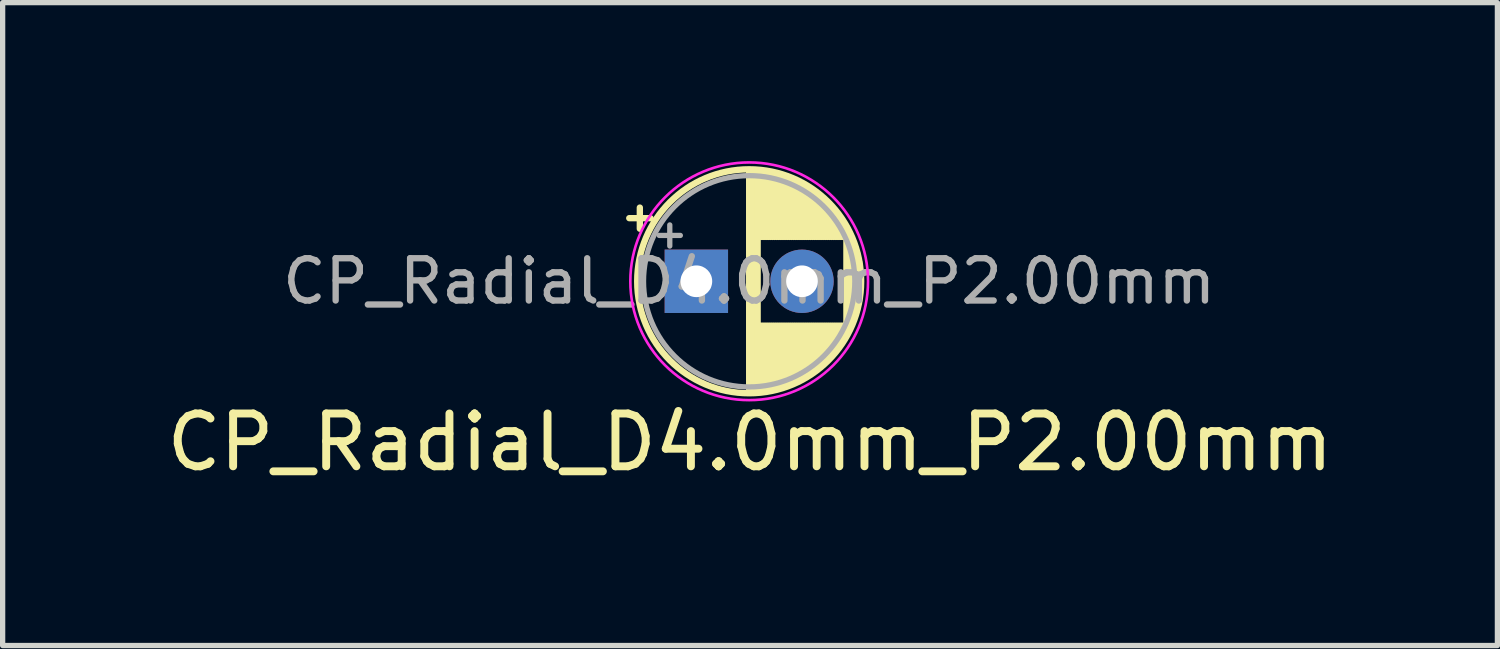
<source format=kicad_pcb>
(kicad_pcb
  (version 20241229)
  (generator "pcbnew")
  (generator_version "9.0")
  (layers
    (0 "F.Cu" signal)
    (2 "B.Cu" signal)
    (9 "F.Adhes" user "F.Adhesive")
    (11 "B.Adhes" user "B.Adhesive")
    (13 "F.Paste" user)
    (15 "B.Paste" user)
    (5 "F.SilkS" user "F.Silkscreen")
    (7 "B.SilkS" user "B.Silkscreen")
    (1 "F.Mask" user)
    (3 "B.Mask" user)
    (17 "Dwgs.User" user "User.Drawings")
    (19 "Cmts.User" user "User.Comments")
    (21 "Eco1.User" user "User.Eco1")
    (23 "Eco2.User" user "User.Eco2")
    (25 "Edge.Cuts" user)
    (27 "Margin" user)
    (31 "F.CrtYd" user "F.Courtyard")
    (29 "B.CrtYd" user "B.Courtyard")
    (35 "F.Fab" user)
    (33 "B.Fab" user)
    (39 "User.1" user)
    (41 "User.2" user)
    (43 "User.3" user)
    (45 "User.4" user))
  (footprint "CP_Radial_D4.0mm_P2.00mm"
    (layer "F.Cu")
    (at 10.133 2.275)
    (property "Reference" "CP_Radial_D4.0mm_P2.00mm" (at 1.016 3.048 180) (layer "F.SilkS") (effects (font (size 1 1) (thickness 0.15))))
    (attr through_hole)
    (fp_line (start -1.27 -1.195) (end -0.87 -1.195) (stroke (width 0.12) (type solid)) (layer "F.SilkS"))
    (fp_line (start -1.07 -1.395) (end -1.07 -0.995) (stroke (width 0.12) (type solid)) (layer "F.SilkS"))
    (fp_line (start 1 -2.08) (end 1 2.08) (stroke (width 0.12) (type solid)) (layer "F.SilkS"))
    (fp_line (start 1.04 -2.08) (end 1.04 2.08) (stroke (width 0.12) (type solid)) (layer "F.SilkS"))
    (fp_line (start 1.08 -2.079) (end 1.08 2.079) (stroke (width 0.12) (type solid)) (layer "F.SilkS"))
    (fp_line (start 1.12 -2.077) (end 1.12 2.077) (stroke (width 0.12) (type solid)) (layer "F.SilkS"))
    (fp_line (start 1.16 -2.074) (end 1.16 2.074) (stroke (width 0.12) (type solid)) (layer "F.SilkS"))
    (fp_line (start 1.2 -2.071) (end 1.2 -0.84) (stroke (width 0.12) (type solid)) (layer "F.SilkS"))
    (fp_line (start 1.2 0.84) (end 1.2 2.071) (stroke (width 0.12) (type solid)) (layer "F.SilkS"))
    (fp_line (start 1.24 -2.067) (end 1.24 -0.84) (stroke (width 0.12) (type solid)) (layer "F.SilkS"))
    (fp_line (start 1.24 0.84) (end 1.24 2.067) (stroke (width 0.12) (type solid)) (layer "F.SilkS"))
    (fp_line (start 1.28 -2.062) (end 1.28 -0.84) (stroke (width 0.12) (type solid)) (layer "F.SilkS"))
    (fp_line (start 1.28 0.84) (end 1.28 2.062) (stroke (width 0.12) (type solid)) (layer "F.SilkS"))
    (fp_line (start 1.32 -2.056) (end 1.32 -0.84) (stroke (width 0.12) (type solid)) (layer "F.SilkS"))
    (fp_line (start 1.32 0.84) (end 1.32 2.056) (stroke (width 0.12) (type solid)) (layer "F.SilkS"))
    (fp_line (start 1.36 -2.05) (end 1.36 -0.84) (stroke (width 0.12) (type solid)) (layer "F.SilkS"))
    (fp_line (start 1.36 0.84) (end 1.36 2.05) (stroke (width 0.12) (type solid)) (layer "F.SilkS"))
    (fp_line (start 1.4 -2.042) (end 1.4 -0.84) (stroke (width 0.12) (type solid)) (layer "F.SilkS"))
    (fp_line (start 1.4 0.84) (end 1.4 2.042) (stroke (width 0.12) (type solid)) (layer "F.SilkS"))
    (fp_line (start 1.44 -2.034) (end 1.44 -0.84) (stroke (width 0.12) (type solid)) (layer "F.SilkS"))
    (fp_line (start 1.44 0.84) (end 1.44 2.034) (stroke (width 0.12) (type solid)) (layer "F.SilkS"))
    (fp_line (start 1.48 -2.025) (end 1.48 -0.84) (stroke (width 0.12) (type solid)) (layer "F.SilkS"))
    (fp_line (start 1.48 0.84) (end 1.48 2.025) (stroke (width 0.12) (type solid)) (layer "F.SilkS"))
    (fp_line (start 1.52 -2.016) (end 1.52 -0.84) (stroke (width 0.12) (type solid)) (layer "F.SilkS"))
    (fp_line (start 1.52 0.84) (end 1.52 2.016) (stroke (width 0.12) (type solid)) (layer "F.SilkS"))
    (fp_line (start 1.56 -2.005) (end 1.56 -0.84) (stroke (width 0.12) (type solid)) (layer "F.SilkS"))
    (fp_line (start 1.56 0.84) (end 1.56 2.005) (stroke (width 0.12) (type solid)) (layer "F.SilkS"))
    (fp_line (start 1.6 -1.994) (end 1.6 -0.84) (stroke (width 0.12) (type solid)) (layer "F.SilkS"))
    (fp_line (start 1.6 0.84) (end 1.6 1.994) (stroke (width 0.12) (type solid)) (layer "F.SilkS"))
    (fp_line (start 1.64 -1.982) (end 1.64 -0.84) (stroke (width 0.12) (type solid)) (layer "F.SilkS"))
    (fp_line (start 1.64 0.84) (end 1.64 1.982) (stroke (width 0.12) (type solid)) (layer "F.SilkS"))
    (fp_line (start 1.68 -1.968) (end 1.68 -0.84) (stroke (width 0.12) (type solid)) (layer "F.SilkS"))
    (fp_line (start 1.68 0.84) (end 1.68 1.968) (stroke (width 0.12) (type solid)) (layer "F.SilkS"))
    (fp_line (start 1.721 -1.954) (end 1.721 -0.84) (stroke (width 0.12) (type solid)) (layer "F.SilkS"))
    (fp_line (start 1.721 0.84) (end 1.721 1.954) (stroke (width 0.12) (type solid)) (layer "F.SilkS"))
    (fp_line (start 1.761 -1.94) (end 1.761 -0.84) (stroke (width 0.12) (type solid)) (layer "F.SilkS"))
    (fp_line (start 1.761 0.84) (end 1.761 1.94) (stroke (width 0.12) (type solid)) (layer "F.SilkS"))
    (fp_line (start 1.801 -1.924) (end 1.801 -0.84) (stroke (width 0.12) (type solid)) (layer "F.SilkS"))
    (fp_line (start 1.801 0.84) (end 1.801 1.924) (stroke (width 0.12) (type solid)) (layer "F.SilkS"))
    (fp_line (start 1.841 -1.907) (end 1.841 -0.84) (stroke (width 0.12) (type solid)) (layer "F.SilkS"))
    (fp_line (start 1.841 0.84) (end 1.841 1.907) (stroke (width 0.12) (type solid)) (layer "F.SilkS"))
    (fp_line (start 1.881 -1.889) (end 1.881 -0.84) (stroke (width 0.12) (type solid)) (layer "F.SilkS"))
    (fp_line (start 1.881 0.84) (end 1.881 1.889) (stroke (width 0.12) (type solid)) (layer "F.SilkS"))
    (fp_line (start 1.921 -1.87) (end 1.921 -0.84) (stroke (width 0.12) (type solid)) (layer "F.SilkS"))
    (fp_line (start 1.921 0.84) (end 1.921 1.87) (stroke (width 0.12) (type solid)) (layer "F.SilkS"))
    (fp_line (start 1.961 -1.851) (end 1.961 -0.84) (stroke (width 0.12) (type solid)) (layer "F.SilkS"))
    (fp_line (start 1.961 0.84) (end 1.961 1.851) (stroke (width 0.12) (type solid)) (layer "F.SilkS"))
    (fp_line (start 2.001 -1.83) (end 2.001 -0.84) (stroke (width 0.12) (type solid)) (layer "F.SilkS"))
    (fp_line (start 2.001 0.84) (end 2.001 1.83) (stroke (width 0.12) (type solid)) (layer "F.SilkS"))
    (fp_line (start 2.041 -1.808) (end 2.041 -0.84) (stroke (width 0.12) (type solid)) (layer "F.SilkS"))
    (fp_line (start 2.041 0.84) (end 2.041 1.808) (stroke (width 0.12) (type solid)) (layer "F.SilkS"))
    (fp_line (start 2.081 -1.785) (end 2.081 -0.84) (stroke (width 0.12) (type solid)) (layer "F.SilkS"))
    (fp_line (start 2.081 0.84) (end 2.081 1.785) (stroke (width 0.12) (type solid)) (layer "F.SilkS"))
    (fp_line (start 2.121 -1.76) (end 2.121 -0.84) (stroke (width 0.12) (type solid)) (layer "F.SilkS"))
    (fp_line (start 2.121 0.84) (end 2.121 1.76) (stroke (width 0.12) (type solid)) (layer "F.SilkS"))
    (fp_line (start 2.161 -1.735) (end 2.161 -0.84) (stroke (width 0.12) (type solid)) (layer "F.SilkS"))
    (fp_line (start 2.161 0.84) (end 2.161 1.735) (stroke (width 0.12) (type solid)) (layer "F.SilkS"))
    (fp_line (start 2.201 -1.708) (end 2.201 -0.84) (stroke (width 0.12) (type solid)) (layer "F.SilkS"))
    (fp_line (start 2.201 0.84) (end 2.201 1.708) (stroke (width 0.12) (type solid)) (layer "F.SilkS"))
    (fp_line (start 2.241 -1.68) (end 2.241 -0.84) (stroke (width 0.12) (type solid)) (layer "F.SilkS"))
    (fp_line (start 2.241 0.84) (end 2.241 1.68) (stroke (width 0.12) (type solid)) (layer "F.SilkS"))
    (fp_line (start 2.281 -1.65) (end 2.281 -0.84) (stroke (width 0.12) (type solid)) (layer "F.SilkS"))
    (fp_line (start 2.281 0.84) (end 2.281 1.65) (stroke (width 0.12) (type solid)) (layer "F.SilkS"))
    (fp_line (start 2.321 -1.619) (end 2.321 -0.84) (stroke (width 0.12) (type solid)) (layer "F.SilkS"))
    (fp_line (start 2.321 0.84) (end 2.321 1.619) (stroke (width 0.12) (type solid)) (layer "F.SilkS"))
    (fp_line (start 2.361 -1.587) (end 2.361 -0.84) (stroke (width 0.12) (type solid)) (layer "F.SilkS"))
    (fp_line (start 2.361 0.84) (end 2.361 1.587) (stroke (width 0.12) (type solid)) (layer "F.SilkS"))
    (fp_line (start 2.401 -1.552) (end 2.401 -0.84) (stroke (width 0.12) (type solid)) (layer "F.SilkS"))
    (fp_line (start 2.401 0.84) (end 2.401 1.552) (stroke (width 0.12) (type solid)) (layer "F.SilkS"))
    (fp_line (start 2.441 -1.516) (end 2.441 -0.84) (stroke (width 0.12) (type solid)) (layer "F.SilkS"))
    (fp_line (start 2.441 0.84) (end 2.441 1.516) (stroke (width 0.12) (type solid)) (layer "F.SilkS"))
    (fp_line (start 2.481 -1.478) (end 2.481 -0.84) (stroke (width 0.12) (type solid)) (layer "F.SilkS"))
    (fp_line (start 2.481 0.84) (end 2.481 1.478) (stroke (width 0.12) (type solid)) (layer "F.SilkS"))
    (fp_line (start 2.521 -1.438) (end 2.521 -0.84) (stroke (width 0.12) (type solid)) (layer "F.SilkS"))
    (fp_line (start 2.521 0.84) (end 2.521 1.438) (stroke (width 0.12) (type solid)) (layer "F.SilkS"))
    (fp_line (start 2.561 -1.396) (end 2.561 -0.84) (stroke (width 0.12) (type solid)) (layer "F.SilkS"))
    (fp_line (start 2.561 0.84) (end 2.561 1.396) (stroke (width 0.12) (type solid)) (layer "F.SilkS"))
    (fp_line (start 2.601 -1.351) (end 2.601 -0.84) (stroke (width 0.12) (type solid)) (layer "F.SilkS"))
    (fp_line (start 2.601 0.84) (end 2.601 1.351) (stroke (width 0.12) (type solid)) (layer "F.SilkS"))
    (fp_line (start 2.641 -1.304) (end 2.641 -0.84) (stroke (width 0.12) (type solid)) (layer "F.SilkS"))
    (fp_line (start 2.641 0.84) (end 2.641 1.304) (stroke (width 0.12) (type solid)) (layer "F.SilkS"))
    (fp_line (start 2.681 -1.254) (end 2.681 -0.84) (stroke (width 0.12) (type solid)) (layer "F.SilkS"))
    (fp_line (start 2.681 0.84) (end 2.681 1.254) (stroke (width 0.12) (type solid)) (layer "F.SilkS"))
    (fp_line (start 2.721 -1.2) (end 2.721 -0.84) (stroke (width 0.12) (type solid)) (layer "F.SilkS"))
    (fp_line (start 2.721 0.84) (end 2.721 1.2) (stroke (width 0.12) (type solid)) (layer "F.SilkS"))
    (fp_line (start 2.761 -1.142) (end 2.761 -0.84) (stroke (width 0.12) (type solid)) (layer "F.SilkS"))
    (fp_line (start 2.761 0.84) (end 2.761 1.142) (stroke (width 0.12) (type solid)) (layer "F.SilkS"))
    (fp_line (start 2.801 -1.08) (end 2.801 -0.84) (stroke (width 0.12) (type solid)) (layer "F.SilkS"))
    (fp_line (start 2.801 0.84) (end 2.801 1.08) (stroke (width 0.12) (type solid)) (layer "F.SilkS"))
    (fp_line (start 2.841 -1.013) (end 2.841 1.013) (stroke (width 0.12) (type solid)) (layer "F.SilkS"))
    (fp_line (start 2.881 -0.94) (end 2.881 0.94) (stroke (width 0.12) (type solid)) (layer "F.SilkS"))
    (fp_line (start 2.921 -0.859) (end 2.921 0.859) (stroke (width 0.12) (type solid)) (layer "F.SilkS"))
    (fp_line (start 2.961 -0.768) (end 2.961 0.768) (stroke (width 0.12) (type solid)) (layer "F.SilkS"))
    (fp_line (start 3.001 -0.664) (end 3.001 0.664) (stroke (width 0.12) (type solid)) (layer "F.SilkS"))
    (fp_line (start 3.041 -0.537) (end 3.041 0.537) (stroke (width 0.12) (type solid)) (layer "F.SilkS"))
    (fp_line (start 3.081 -0.37) (end 3.081 0.37) (stroke (width 0.12) (type solid)) (layer "F.SilkS"))
    (fp_circle (center 1 0) (end 3.12 0) (stroke (width 0.12) (type solid)) (fill no) (layer "F.SilkS"))
    (fp_circle (center 1 0) (end 3.25 0) (stroke (width 0.05) (type solid)) (fill no) (layer "F.CrtYd"))
    (fp_line (start -0.703 -0.868) (end -0.303 -0.868) (stroke (width 0.1) (type solid)) (layer "F.Fab"))
    (fp_line (start -0.503 -1.067) (end -0.503 -0.667) (stroke (width 0.1) (type solid)) (layer "F.Fab"))
    (fp_circle (center 1 0) (end 3 0) (stroke (width 0.1) (type solid)) (fill no) (layer "F.Fab"))
    (fp_text user "${REFERENCE}" (at 1 0 180) (layer "F.Fab") (effects (font (size 0.8 0.8) (thickness 0.12))))
    (pad "1" thru_hole rect (at 0 0) (size 1.2 1.2) (drill 0.6) (layers "*.Cu" "*.Mask"))
    (pad "2" thru_hole circle (at 2 0) (size 1.2 1.2) (drill 0.6) (layers "*.Cu" "*.Mask")))
  (gr_rect
    (start -3 -3)
    (end 25.298 9.171)
    (stroke (width 0.1) (type default))
    (fill no)
    (layer "Edge.Cuts")))
</source>
